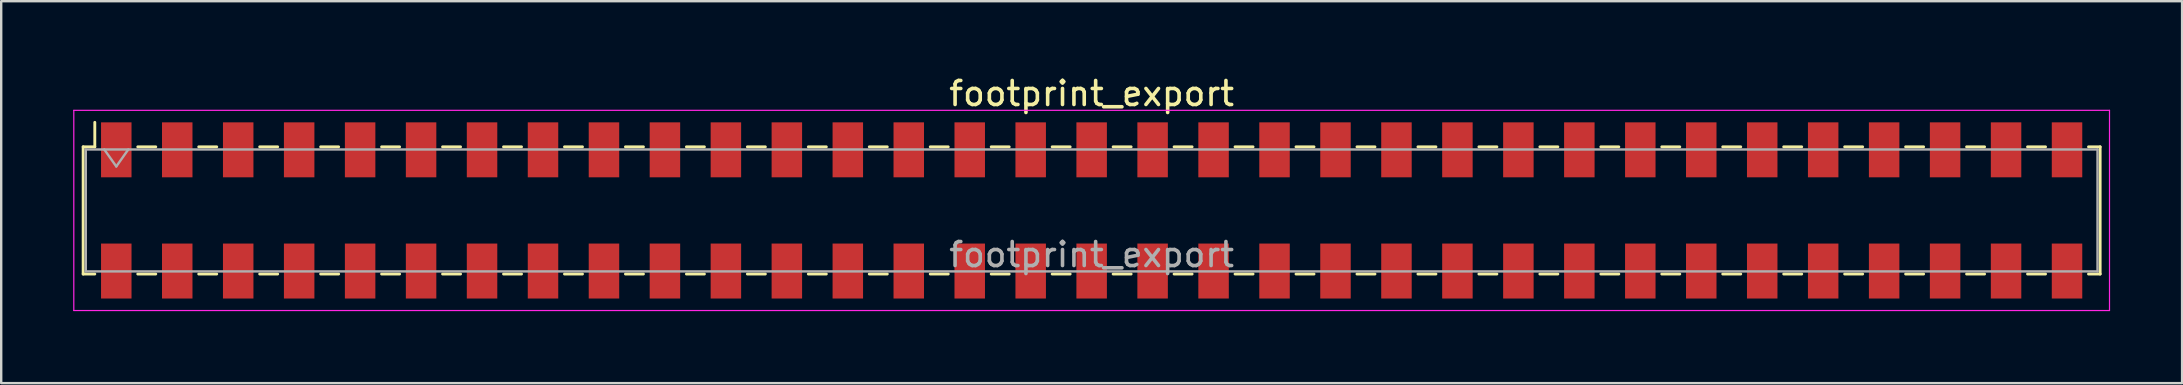
<source format=kicad_pcb>
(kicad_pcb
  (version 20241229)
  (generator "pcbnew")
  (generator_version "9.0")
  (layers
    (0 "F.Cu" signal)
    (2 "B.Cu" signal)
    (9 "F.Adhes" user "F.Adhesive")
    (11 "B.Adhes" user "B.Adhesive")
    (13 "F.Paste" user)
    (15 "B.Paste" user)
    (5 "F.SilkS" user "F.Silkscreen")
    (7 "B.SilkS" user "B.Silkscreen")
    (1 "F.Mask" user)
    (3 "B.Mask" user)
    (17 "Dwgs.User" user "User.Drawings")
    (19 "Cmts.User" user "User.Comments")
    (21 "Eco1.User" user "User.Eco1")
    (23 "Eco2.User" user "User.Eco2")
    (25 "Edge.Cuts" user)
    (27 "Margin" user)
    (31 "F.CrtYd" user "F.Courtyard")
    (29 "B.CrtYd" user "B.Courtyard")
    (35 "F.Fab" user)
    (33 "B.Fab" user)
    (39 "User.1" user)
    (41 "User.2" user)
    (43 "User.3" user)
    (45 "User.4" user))
  (footprint "footprint_export"
    (layer "F.Cu")
    (at 42.435 5.718)
    (property "Reference" "footprint_export" (at 0 -4.87 0) (layer "F.SilkS") (effects (font (size 1 1) (thickness 0.15))))
    (attr smd)
    (fp_line (start -42.02 -2.65) (end -42.02 2.65) (stroke (width 0.12) (type solid)) (layer "F.SilkS"))
    (fp_line (start -42.02 2.65) (end -41.535 2.65) (stroke (width 0.12) (type solid)) (layer "F.SilkS"))
    (fp_line (start -41.535 -3.67) (end -41.535 -2.65) (stroke (width 0.12) (type solid)) (layer "F.SilkS"))
    (fp_line (start -41.535 -2.65) (end -42.02 -2.65) (stroke (width 0.12) (type solid)) (layer "F.SilkS"))
    (fp_line (start -39.745 -2.65) (end -38.995 -2.65) (stroke (width 0.12) (type solid)) (layer "F.SilkS"))
    (fp_line (start -39.745 2.65) (end -38.995 2.65) (stroke (width 0.12) (type solid)) (layer "F.SilkS"))
    (fp_line (start -37.205 -2.65) (end -36.455 -2.65) (stroke (width 0.12) (type solid)) (layer "F.SilkS"))
    (fp_line (start -37.205 2.65) (end -36.455 2.65) (stroke (width 0.12) (type solid)) (layer "F.SilkS"))
    (fp_line (start -34.665 -2.65) (end -33.915 -2.65) (stroke (width 0.12) (type solid)) (layer "F.SilkS"))
    (fp_line (start -34.665 2.65) (end -33.915 2.65) (stroke (width 0.12) (type solid)) (layer "F.SilkS"))
    (fp_line (start -32.125 -2.65) (end -31.375 -2.65) (stroke (width 0.12) (type solid)) (layer "F.SilkS"))
    (fp_line (start -32.125 2.65) (end -31.375 2.65) (stroke (width 0.12) (type solid)) (layer "F.SilkS"))
    (fp_line (start -29.585 -2.65) (end -28.835 -2.65) (stroke (width 0.12) (type solid)) (layer "F.SilkS"))
    (fp_line (start -29.585 2.65) (end -28.835 2.65) (stroke (width 0.12) (type solid)) (layer "F.SilkS"))
    (fp_line (start -27.045 -2.65) (end -26.295 -2.65) (stroke (width 0.12) (type solid)) (layer "F.SilkS"))
    (fp_line (start -27.045 2.65) (end -26.295 2.65) (stroke (width 0.12) (type solid)) (layer "F.SilkS"))
    (fp_line (start -24.505 -2.65) (end -23.755 -2.65) (stroke (width 0.12) (type solid)) (layer "F.SilkS"))
    (fp_line (start -24.505 2.65) (end -23.755 2.65) (stroke (width 0.12) (type solid)) (layer "F.SilkS"))
    (fp_line (start -21.965 -2.65) (end -21.215 -2.65) (stroke (width 0.12) (type solid)) (layer "F.SilkS"))
    (fp_line (start -21.965 2.65) (end -21.215 2.65) (stroke (width 0.12) (type solid)) (layer "F.SilkS"))
    (fp_line (start -19.425 -2.65) (end -18.675 -2.65) (stroke (width 0.12) (type solid)) (layer "F.SilkS"))
    (fp_line (start -19.425 2.65) (end -18.675 2.65) (stroke (width 0.12) (type solid)) (layer "F.SilkS"))
    (fp_line (start -16.885 -2.65) (end -16.135 -2.65) (stroke (width 0.12) (type solid)) (layer "F.SilkS"))
    (fp_line (start -16.885 2.65) (end -16.135 2.65) (stroke (width 0.12) (type solid)) (layer "F.SilkS"))
    (fp_line (start -14.345 -2.65) (end -13.595 -2.65) (stroke (width 0.12) (type solid)) (layer "F.SilkS"))
    (fp_line (start -14.345 2.65) (end -13.595 2.65) (stroke (width 0.12) (type solid)) (layer "F.SilkS"))
    (fp_line (start -11.805 -2.65) (end -11.055 -2.65) (stroke (width 0.12) (type solid)) (layer "F.SilkS"))
    (fp_line (start -11.805 2.65) (end -11.055 2.65) (stroke (width 0.12) (type solid)) (layer "F.SilkS"))
    (fp_line (start -9.265 -2.65) (end -8.515 -2.65) (stroke (width 0.12) (type solid)) (layer "F.SilkS"))
    (fp_line (start -9.265 2.65) (end -8.515 2.65) (stroke (width 0.12) (type solid)) (layer "F.SilkS"))
    (fp_line (start -6.725 -2.65) (end -5.975 -2.65) (stroke (width 0.12) (type solid)) (layer "F.SilkS"))
    (fp_line (start -6.725 2.65) (end -5.975 2.65) (stroke (width 0.12) (type solid)) (layer "F.SilkS"))
    (fp_line (start -4.185 -2.65) (end -3.435 -2.65) (stroke (width 0.12) (type solid)) (layer "F.SilkS"))
    (fp_line (start -4.185 2.65) (end -3.435 2.65) (stroke (width 0.12) (type solid)) (layer "F.SilkS"))
    (fp_line (start -1.645 -2.65) (end -0.895 -2.65) (stroke (width 0.12) (type solid)) (layer "F.SilkS"))
    (fp_line (start -1.645 2.65) (end -0.895 2.65) (stroke (width 0.12) (type solid)) (layer "F.SilkS"))
    (fp_line (start 0.895 -2.65) (end 1.645 -2.65) (stroke (width 0.12) (type solid)) (layer "F.SilkS"))
    (fp_line (start 0.895 2.65) (end 1.645 2.65) (stroke (width 0.12) (type solid)) (layer "F.SilkS"))
    (fp_line (start 3.435 -2.65) (end 4.185 -2.65) (stroke (width 0.12) (type solid)) (layer "F.SilkS"))
    (fp_line (start 3.435 2.65) (end 4.185 2.65) (stroke (width 0.12) (type solid)) (layer "F.SilkS"))
    (fp_line (start 5.975 -2.65) (end 6.725 -2.65) (stroke (width 0.12) (type solid)) (layer "F.SilkS"))
    (fp_line (start 5.975 2.65) (end 6.725 2.65) (stroke (width 0.12) (type solid)) (layer "F.SilkS"))
    (fp_line (start 8.515 -2.65) (end 9.265 -2.65) (stroke (width 0.12) (type solid)) (layer "F.SilkS"))
    (fp_line (start 8.515 2.65) (end 9.265 2.65) (stroke (width 0.12) (type solid)) (layer "F.SilkS"))
    (fp_line (start 11.055 -2.65) (end 11.805 -2.65) (stroke (width 0.12) (type solid)) (layer "F.SilkS"))
    (fp_line (start 11.055 2.65) (end 11.805 2.65) (stroke (width 0.12) (type solid)) (layer "F.SilkS"))
    (fp_line (start 13.595 -2.65) (end 14.345 -2.65) (stroke (width 0.12) (type solid)) (layer "F.SilkS"))
    (fp_line (start 13.595 2.65) (end 14.345 2.65) (stroke (width 0.12) (type solid)) (layer "F.SilkS"))
    (fp_line (start 16.135 -2.65) (end 16.885 -2.65) (stroke (width 0.12) (type solid)) (layer "F.SilkS"))
    (fp_line (start 16.135 2.65) (end 16.885 2.65) (stroke (width 0.12) (type solid)) (layer "F.SilkS"))
    (fp_line (start 18.675 -2.65) (end 19.425 -2.65) (stroke (width 0.12) (type solid)) (layer "F.SilkS"))
    (fp_line (start 18.675 2.65) (end 19.425 2.65) (stroke (width 0.12) (type solid)) (layer "F.SilkS"))
    (fp_line (start 21.215 -2.65) (end 21.965 -2.65) (stroke (width 0.12) (type solid)) (layer "F.SilkS"))
    (fp_line (start 21.215 2.65) (end 21.965 2.65) (stroke (width 0.12) (type solid)) (layer "F.SilkS"))
    (fp_line (start 23.755 -2.65) (end 24.505 -2.65) (stroke (width 0.12) (type solid)) (layer "F.SilkS"))
    (fp_line (start 23.755 2.65) (end 24.505 2.65) (stroke (width 0.12) (type solid)) (layer "F.SilkS"))
    (fp_line (start 26.295 -2.65) (end 27.045 -2.65) (stroke (width 0.12) (type solid)) (layer "F.SilkS"))
    (fp_line (start 26.295 2.65) (end 27.045 2.65) (stroke (width 0.12) (type solid)) (layer "F.SilkS"))
    (fp_line (start 28.835 -2.65) (end 29.585 -2.65) (stroke (width 0.12) (type solid)) (layer "F.SilkS"))
    (fp_line (start 28.835 2.65) (end 29.585 2.65) (stroke (width 0.12) (type solid)) (layer "F.SilkS"))
    (fp_line (start 31.375 -2.65) (end 32.125 -2.65) (stroke (width 0.12) (type solid)) (layer "F.SilkS"))
    (fp_line (start 31.375 2.65) (end 32.125 2.65) (stroke (width 0.12) (type solid)) (layer "F.SilkS"))
    (fp_line (start 33.915 -2.65) (end 34.665 -2.65) (stroke (width 0.12) (type solid)) (layer "F.SilkS"))
    (fp_line (start 33.915 2.65) (end 34.665 2.65) (stroke (width 0.12) (type solid)) (layer "F.SilkS"))
    (fp_line (start 36.455 -2.65) (end 37.205 -2.65) (stroke (width 0.12) (type solid)) (layer "F.SilkS"))
    (fp_line (start 36.455 2.65) (end 37.205 2.65) (stroke (width 0.12) (type solid)) (layer "F.SilkS"))
    (fp_line (start 38.995 -2.65) (end 39.745 -2.65) (stroke (width 0.12) (type solid)) (layer "F.SilkS"))
    (fp_line (start 38.995 2.65) (end 39.745 2.65) (stroke (width 0.12) (type solid)) (layer "F.SilkS"))
    (fp_line (start 41.535 -2.65) (end 42.02 -2.65) (stroke (width 0.12) (type solid)) (layer "F.SilkS"))
    (fp_line (start 42.02 -2.65) (end 42.02 2.65) (stroke (width 0.12) (type solid)) (layer "F.SilkS"))
    (fp_line (start 42.02 2.65) (end 41.535 2.65) (stroke (width 0.12) (type solid)) (layer "F.SilkS"))
    (fp_line (start -42.41 -4.17) (end 42.41 -4.17) (stroke (width 0.05) (type solid)) (layer "F.CrtYd"))
    (fp_line (start -42.41 4.17) (end -42.41 -4.17) (stroke (width 0.05) (type solid)) (layer "F.CrtYd"))
    (fp_line (start 42.41 -4.17) (end 42.41 4.17) (stroke (width 0.05) (type solid)) (layer "F.CrtYd"))
    (fp_line (start 42.41 4.17) (end -42.41 4.17) (stroke (width 0.05) (type solid)) (layer "F.CrtYd"))
    (fp_line (start -41.91 -2.54) (end 41.91 -2.54) (stroke (width 0.1) (type solid)) (layer "F.Fab"))
    (fp_line (start -41.91 2.54) (end -41.91 -2.54) (stroke (width 0.1) (type solid)) (layer "F.Fab"))
    (fp_line (start -41.14 -2.54) (end -40.64 -1.833) (stroke (width 0.1) (type solid)) (layer "F.Fab"))
    (fp_line (start -40.64 -1.833) (end -40.14 -2.54) (stroke (width 0.1) (type solid)) (layer "F.Fab"))
    (fp_line (start 41.91 -2.54) (end 41.91 2.54) (stroke (width 0.1) (type solid)) (layer "F.Fab"))
    (fp_line (start 41.91 2.54) (end -41.91 2.54) (stroke (width 0.1) (type solid)) (layer "F.Fab"))
    (fp_text user "${REFERENCE}" (at 0 1.84 0) (layer "F.Fab") (effects (font (size 1 1) (thickness 0.15))))
    (pad "1" smd rect (at -40.64 -2.525) (size 1.27 2.29) (layers "F.Cu" "F.Mask" "F.Paste"))
    (pad "2" smd rect (at -40.64 2.525) (size 1.27 2.29) (layers "F.Cu" "F.Mask" "F.Paste"))
    (pad "3" smd rect (at -38.1 -2.525) (size 1.27 2.29) (layers "F.Cu" "F.Mask" "F.Paste"))
    (pad "4" smd rect (at -38.1 2.525) (size 1.27 2.29) (layers "F.Cu" "F.Mask" "F.Paste"))
    (pad "5" smd rect (at -35.56 -2.525) (size 1.27 2.29) (layers "F.Cu" "F.Mask" "F.Paste"))
    (pad "6" smd rect (at -35.56 2.525) (size 1.27 2.29) (layers "F.Cu" "F.Mask" "F.Paste"))
    (pad "7" smd rect (at -33.02 -2.525) (size 1.27 2.29) (layers "F.Cu" "F.Mask" "F.Paste"))
    (pad "8" smd rect (at -33.02 2.525) (size 1.27 2.29) (layers "F.Cu" "F.Mask" "F.Paste"))
    (pad "9" smd rect (at -30.48 -2.525) (size 1.27 2.29) (layers "F.Cu" "F.Mask" "F.Paste"))
    (pad "10" smd rect (at -30.48 2.525) (size 1.27 2.29) (layers "F.Cu" "F.Mask" "F.Paste"))
    (pad "11" smd rect (at -27.94 -2.525) (size 1.27 2.29) (layers "F.Cu" "F.Mask" "F.Paste"))
    (pad "12" smd rect (at -27.94 2.525) (size 1.27 2.29) (layers "F.Cu" "F.Mask" "F.Paste"))
    (pad "13" smd rect (at -25.4 -2.525) (size 1.27 2.29) (layers "F.Cu" "F.Mask" "F.Paste"))
    (pad "14" smd rect (at -25.4 2.525) (size 1.27 2.29) (layers "F.Cu" "F.Mask" "F.Paste"))
    (pad "15" smd rect (at -22.86 -2.525) (size 1.27 2.29) (layers "F.Cu" "F.Mask" "F.Paste"))
    (pad "16" smd rect (at -22.86 2.525) (size 1.27 2.29) (layers "F.Cu" "F.Mask" "F.Paste"))
    (pad "17" smd rect (at -20.32 -2.525) (size 1.27 2.29) (layers "F.Cu" "F.Mask" "F.Paste"))
    (pad "18" smd rect (at -20.32 2.525) (size 1.27 2.29) (layers "F.Cu" "F.Mask" "F.Paste"))
    (pad "19" smd rect (at -17.78 -2.525) (size 1.27 2.29) (layers "F.Cu" "F.Mask" "F.Paste"))
    (pad "20" smd rect (at -17.78 2.525) (size 1.27 2.29) (layers "F.Cu" "F.Mask" "F.Paste"))
    (pad "21" smd rect (at -15.24 -2.525) (size 1.27 2.29) (layers "F.Cu" "F.Mask" "F.Paste"))
    (pad "22" smd rect (at -15.24 2.525) (size 1.27 2.29) (layers "F.Cu" "F.Mask" "F.Paste"))
    (pad "23" smd rect (at -12.7 -2.525) (size 1.27 2.29) (layers "F.Cu" "F.Mask" "F.Paste"))
    (pad "24" smd rect (at -12.7 2.525) (size 1.27 2.29) (layers "F.Cu" "F.Mask" "F.Paste"))
    (pad "25" smd rect (at -10.16 -2.525) (size 1.27 2.29) (layers "F.Cu" "F.Mask" "F.Paste"))
    (pad "26" smd rect (at -10.16 2.525) (size 1.27 2.29) (layers "F.Cu" "F.Mask" "F.Paste"))
    (pad "27" smd rect (at -7.62 -2.525) (size 1.27 2.29) (layers "F.Cu" "F.Mask" "F.Paste"))
    (pad "28" smd rect (at -7.62 2.525) (size 1.27 2.29) (layers "F.Cu" "F.Mask" "F.Paste"))
    (pad "29" smd rect (at -5.08 -2.525) (size 1.27 2.29) (layers "F.Cu" "F.Mask" "F.Paste"))
    (pad "30" smd rect (at -5.08 2.525) (size 1.27 2.29) (layers "F.Cu" "F.Mask" "F.Paste"))
    (pad "31" smd rect (at -2.54 -2.525) (size 1.27 2.29) (layers "F.Cu" "F.Mask" "F.Paste"))
    (pad "32" smd rect (at -2.54 2.525) (size 1.27 2.29) (layers "F.Cu" "F.Mask" "F.Paste"))
    (pad "33" smd rect (at 0 -2.525) (size 1.27 2.29) (layers "F.Cu" "F.Mask" "F.Paste"))
    (pad "34" smd rect (at 0 2.525) (size 1.27 2.29) (layers "F.Cu" "F.Mask" "F.Paste"))
    (pad "35" smd rect (at 2.54 -2.525) (size 1.27 2.29) (layers "F.Cu" "F.Mask" "F.Paste"))
    (pad "36" smd rect (at 2.54 2.525) (size 1.27 2.29) (layers "F.Cu" "F.Mask" "F.Paste"))
    (pad "37" smd rect (at 5.08 -2.525) (size 1.27 2.29) (layers "F.Cu" "F.Mask" "F.Paste"))
    (pad "38" smd rect (at 5.08 2.525) (size 1.27 2.29) (layers "F.Cu" "F.Mask" "F.Paste"))
    (pad "39" smd rect (at 7.62 -2.525) (size 1.27 2.29) (layers "F.Cu" "F.Mask" "F.Paste"))
    (pad "40" smd rect (at 7.62 2.525) (size 1.27 2.29) (layers "F.Cu" "F.Mask" "F.Paste"))
    (pad "41" smd rect (at 10.16 -2.525) (size 1.27 2.29) (layers "F.Cu" "F.Mask" "F.Paste"))
    (pad "42" smd rect (at 10.16 2.525) (size 1.27 2.29) (layers "F.Cu" "F.Mask" "F.Paste"))
    (pad "43" smd rect (at 12.7 -2.525) (size 1.27 2.29) (layers "F.Cu" "F.Mask" "F.Paste"))
    (pad "44" smd rect (at 12.7 2.525) (size 1.27 2.29) (layers "F.Cu" "F.Mask" "F.Paste"))
    (pad "45" smd rect (at 15.24 -2.525) (size 1.27 2.29) (layers "F.Cu" "F.Mask" "F.Paste"))
    (pad "46" smd rect (at 15.24 2.525) (size 1.27 2.29) (layers "F.Cu" "F.Mask" "F.Paste"))
    (pad "47" smd rect (at 17.78 -2.525) (size 1.27 2.29) (layers "F.Cu" "F.Mask" "F.Paste"))
    (pad "48" smd rect (at 17.78 2.525) (size 1.27 2.29) (layers "F.Cu" "F.Mask" "F.Paste"))
    (pad "49" smd rect (at 20.32 -2.525) (size 1.27 2.29) (layers "F.Cu" "F.Mask" "F.Paste"))
    (pad "50" smd rect (at 20.32 2.525) (size 1.27 2.29) (layers "F.Cu" "F.Mask" "F.Paste"))
    (pad "51" smd rect (at 22.86 -2.525) (size 1.27 2.29) (layers "F.Cu" "F.Mask" "F.Paste"))
    (pad "52" smd rect (at 22.86 2.525) (size 1.27 2.29) (layers "F.Cu" "F.Mask" "F.Paste"))
    (pad "53" smd rect (at 25.4 -2.525) (size 1.27 2.29) (layers "F.Cu" "F.Mask" "F.Paste"))
    (pad "54" smd rect (at 25.4 2.525) (size 1.27 2.29) (layers "F.Cu" "F.Mask" "F.Paste"))
    (pad "55" smd rect (at 27.94 -2.525) (size 1.27 2.29) (layers "F.Cu" "F.Mask" "F.Paste"))
    (pad "56" smd rect (at 27.94 2.525) (size 1.27 2.29) (layers "F.Cu" "F.Mask" "F.Paste"))
    (pad "57" smd rect (at 30.48 -2.525) (size 1.27 2.29) (layers "F.Cu" "F.Mask" "F.Paste"))
    (pad "58" smd rect (at 30.48 2.525) (size 1.27 2.29) (layers "F.Cu" "F.Mask" "F.Paste"))
    (pad "59" smd rect (at 33.02 -2.525) (size 1.27 2.29) (layers "F.Cu" "F.Mask" "F.Paste"))
    (pad "60" smd rect (at 33.02 2.525) (size 1.27 2.29) (layers "F.Cu" "F.Mask" "F.Paste"))
    (pad "61" smd rect (at 35.56 -2.525) (size 1.27 2.29) (layers "F.Cu" "F.Mask" "F.Paste"))
    (pad "62" smd rect (at 35.56 2.525) (size 1.27 2.29) (layers "F.Cu" "F.Mask" "F.Paste"))
    (pad "63" smd rect (at 38.1 -2.525) (size 1.27 2.29) (layers "F.Cu" "F.Mask" "F.Paste"))
    (pad "64" smd rect (at 38.1 2.525) (size 1.27 2.29) (layers "F.Cu" "F.Mask" "F.Paste"))
    (pad "65" smd rect (at 40.64 -2.525) (size 1.27 2.29) (layers "F.Cu" "F.Mask" "F.Paste"))
    (pad "66" smd rect (at 40.64 2.525) (size 1.27 2.29) (layers "F.Cu" "F.Mask" "F.Paste")))
  (gr_rect
    (start -3 -3)
    (end 87.87 12.913)
    (stroke (width 0.1) (type default))
    (fill no)
    (layer "Edge.Cuts")))
</source>
